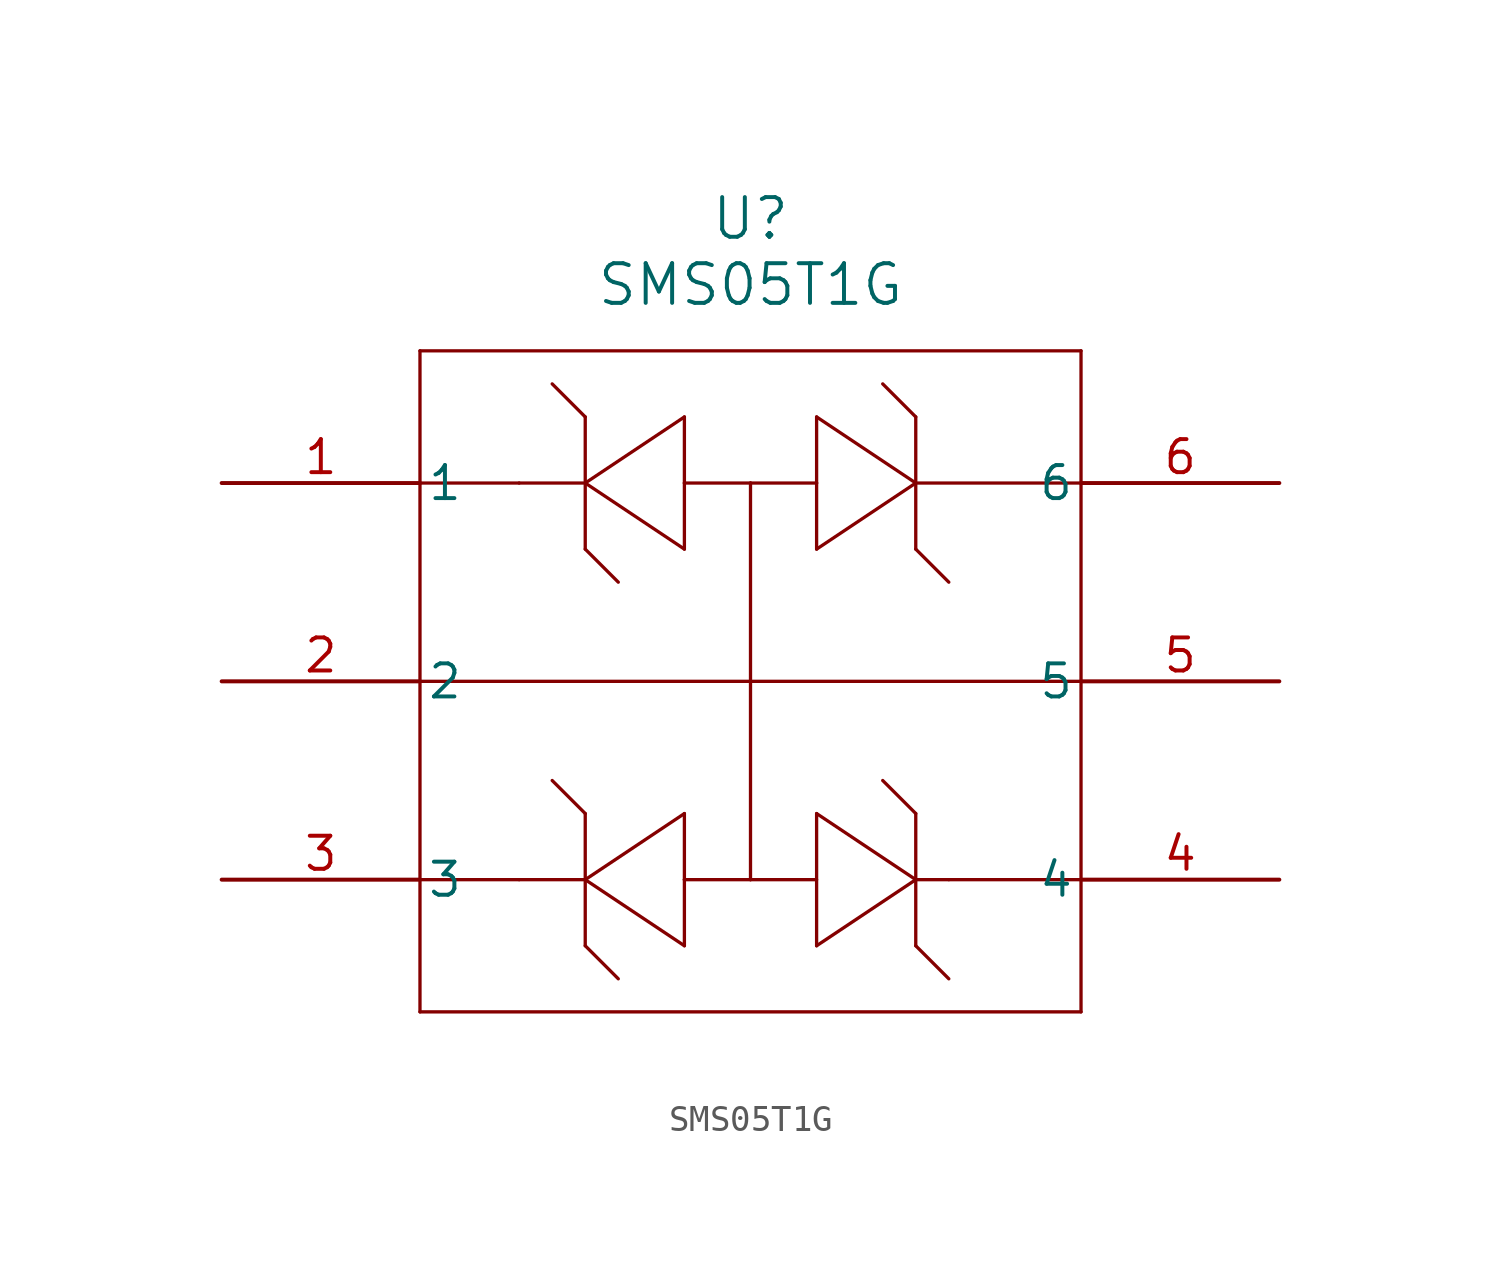
<source format=kicad_sym>
(kicad_symbol_lib
  (version 20211014)
  (generator kicad_symbol_editor)
  (symbol "SMS05T1G"
    (pin_names
      (offset 0.254))
    (property "Reference" "U"
      (at 20.32 10.16 0)
      (effects (font (size 1.524 1.524))))
    (property "Value" "SMS05T1G"
      (at 20.32 7.62 0)
      (effects (font (size 1.524 1.524))))
    (symbol "SMS05T1G_0_1"
      (polyline (pts (xy 7.62 5.08) (xy 7.62 -20.32)) (stroke (width 0.127) (type default) (color 0 0 0 0)) (fill (type none)))
      (polyline (pts (xy 7.62 -20.32) (xy 33.02 -20.32)) (stroke (width 0.127) (type default) (color 0 0 0 0)) (fill (type none)))
      (polyline (pts (xy 33.02 -20.32) (xy 33.02 5.08)) (stroke (width 0.127) (type default) (color 0 0 0 0)) (fill (type none)))
      (polyline (pts (xy 33.02 5.08) (xy 7.62 5.08)) (stroke (width 0.127) (type default) (color 0 0 0 0)) (fill (type none)))
      (polyline (pts (xy 20.32 0) (xy 22.86 0)) (stroke (width 0.127) (type default) (color 0 0 0 0)) (fill (type none)))
      (polyline (pts (xy 20.32 0) (xy 17.78 0)) (stroke (width 0.127) (type default) (color 0 0 0 0)) (fill (type none)))
      (polyline (pts (xy 7.62 -7.62) (xy 33.02 -7.62)) (stroke (width 0.127) (type default) (color 0 0 0 0)) (fill (type none)))
      (polyline (pts (xy 20.32 -7.62) (xy 20.32 0)) (stroke (width 0.127) (type default) (color 0 0 0 0)) (fill (type none)))
      (polyline (pts (xy 20.32 -7.62) (xy 20.32 -15.24)) (stroke (width 0.127) (type default) (color 0 0 0 0)) (fill (type none)))
      (polyline (pts (xy 20.32 -15.24) (xy 17.78 -15.24)) (stroke (width 0.127) (type default) (color 0 0 0 0)) (fill (type none)))
      (polyline (pts (xy 20.32 -15.24) (xy 22.86 -15.24)) (stroke (width 0.127) (type default) (color 0 0 0 0)) (fill (type none)))
      (polyline (pts (xy 22.86 -17.78) (xy 22.86 -12.7)) (stroke (width 0.127) (type default) (color 0 0 0 0)) (fill (type none)))
      (polyline (pts (xy 22.86 -12.7) (xy 26.67 -15.24)) (stroke (width 0.127) (type default) (color 0 0 0 0)) (fill (type none)))
      (polyline (pts (xy 22.86 -17.78) (xy 26.67 -15.24)) (stroke (width 0.127) (type default) (color 0 0 0 0)) (fill (type none)))
      (polyline (pts (xy 26.67 -17.78) (xy 26.67 -12.7)) (stroke (width 0.127) (type default) (color 0 0 0 0)) (fill (type none)))
      (polyline (pts (xy 27.94 -15.24) (xy 33.02 -15.24)) (stroke (width 0.127) (type default) (color 0 0 0 0)) (fill (type none)))
      (polyline (pts (xy 27.94 -15.24) (xy 26.67 -15.24)) (stroke (width 0.127) (type default) (color 0 0 0 0)) (fill (type none)))
      (polyline (pts (xy 17.78 -15.24) (xy 17.78 -17.78)) (stroke (width 0.127) (type default) (color 0 0 0 0)) (fill (type none)))
      (polyline (pts (xy 17.78 -15.24) (xy 17.78 -12.7)) (stroke (width 0.127) (type default) (color 0 0 0 0)) (fill (type none)))
      (polyline (pts (xy 17.78 -12.7) (xy 13.97 -15.24)) (stroke (width 0.127) (type default) (color 0 0 0 0)) (fill (type none)))
      (polyline (pts (xy 17.78 -17.78) (xy 13.97 -15.24)) (stroke (width 0.127) (type default) (color 0 0 0 0)) (fill (type none)))
      (polyline (pts (xy 13.97 -17.78) (xy 13.97 -12.7)) (stroke (width 0.127) (type default) (color 0 0 0 0)) (fill (type none)))
      (polyline (pts (xy 11.43 -15.24) (xy 7.62 -15.24)) (stroke (width 0.127) (type default) (color 0 0 0 0)) (fill (type none)))
      (polyline (pts (xy 13.97 -15.24) (xy 11.43 -15.24)) (stroke (width 0.127) (type default) (color 0 0 0 0)) (fill (type none)))
      (polyline (pts (xy 13.97 -12.7) (xy 12.7 -11.43)) (stroke (width 0.127) (type default) (color 0 0 0 0)) (fill (type none)))
      (polyline (pts (xy 13.97 -17.78) (xy 15.24 -19.05)) (stroke (width 0.127) (type default) (color 0 0 0 0)) (fill (type none)))
      (polyline (pts (xy 26.67 -12.7) (xy 25.4 -11.43)) (stroke (width 0.127) (type default) (color 0 0 0 0)) (fill (type none)))
      (polyline (pts (xy 26.67 -17.78) (xy 27.94 -19.05)) (stroke (width 0.127) (type default) (color 0 0 0 0)) (fill (type none)))
      (polyline (pts (xy 13.97 -2.54) (xy 13.97 2.54)) (stroke (width 0.127) (type default) (color 0 0 0 0)) (fill (type none)))
      (polyline (pts (xy 13.97 -2.54) (xy 15.24 -3.81)) (stroke (width 0.127) (type default) (color 0 0 0 0)) (fill (type none)))
      (polyline (pts (xy 17.78 0) (xy 17.78 -2.54)) (stroke (width 0.127) (type default) (color 0 0 0 0)) (fill (type none)))
      (polyline (pts (xy 17.78 -2.54) (xy 13.97 0)) (stroke (width 0.127) (type default) (color 0 0 0 0)) (fill (type none)))
      (polyline (pts (xy 17.78 2.54) (xy 13.97 0)) (stroke (width 0.127) (type default) (color 0 0 0 0)) (fill (type none)))
      (polyline (pts (xy 13.97 2.54) (xy 12.7 3.81)) (stroke (width 0.127) (type default) (color 0 0 0 0)) (fill (type none)))
      (polyline (pts (xy 17.78 0) (xy 17.78 2.54)) (stroke (width 0.127) (type default) (color 0 0 0 0)) (fill (type none)))
      (polyline (pts (xy 26.67 -2.54) (xy 26.67 2.54)) (stroke (width 0.127) (type default) (color 0 0 0 0)) (fill (type none)))
      (polyline (pts (xy 26.67 -2.54) (xy 27.94 -3.81)) (stroke (width 0.127) (type default) (color 0 0 0 0)) (fill (type none)))
      (polyline (pts (xy 22.86 0) (xy 22.86 -2.54)) (stroke (width 0.127) (type default) (color 0 0 0 0)) (fill (type none)))
      (polyline (pts (xy 22.86 -2.54) (xy 26.67 0)) (stroke (width 0.127) (type default) (color 0 0 0 0)) (fill (type none)))
      (polyline (pts (xy 22.86 2.54) (xy 26.67 0)) (stroke (width 0.127) (type default) (color 0 0 0 0)) (fill (type none)))
      (polyline (pts (xy 26.67 2.54) (xy 25.4 3.81)) (stroke (width 0.127) (type default) (color 0 0 0 0)) (fill (type none)))
      (polyline (pts (xy 22.86 0) (xy 22.86 2.54)) (stroke (width 0.127) (type default) (color 0 0 0 0)) (fill (type none)))
      (polyline (pts (xy 11.43 0) (xy 7.62 0)) (stroke (width 0.127) (type default) (color 0 0 0 0)) (fill (type none)))
      (polyline (pts (xy 13.97 0) (xy 11.43 0)) (stroke (width 0.127) (type default) (color 0 0 0 0)) (fill (type none)))
      (polyline (pts (xy 26.67 0) (xy 33.02 0)) (stroke (width 0.127) (type default) (color 0 0 0 0)) (fill (type none)))
      (pin unspecified line (at 0 0 0) (length 7.62) (name "1" (effects (font (size 1.27 1.27)))) (number "1" (effects (font (size 1.27 1.27)))))
      (pin unspecified line (at 0 -7.62 0) (length 7.62) (name "2" (effects (font (size 1.27 1.27)))) (number "2" (effects (font (size 1.27 1.27)))))
      (pin unspecified line (at 0 -15.24 0) (length 7.62) (name "3" (effects (font (size 1.27 1.27)))) (number "3" (effects (font (size 1.27 1.27)))))
      (pin unspecified line (at 40.64 -15.24 180) (length 7.62) (name "4" (effects (font (size 1.27 1.27)))) (number "4" (effects (font (size 1.27 1.27)))))
      (pin unspecified line (at 40.64 -7.62 180) (length 7.62) (name "5" (effects (font (size 1.27 1.27)))) (number "5" (effects (font (size 1.27 1.27)))))
      (pin unspecified line (at 40.64 0 180) (length 7.62) (name "6" (effects (font (size 1.27 1.27)))) (number "6" (effects (font (size 1.27 1.27))))))))
</source>
